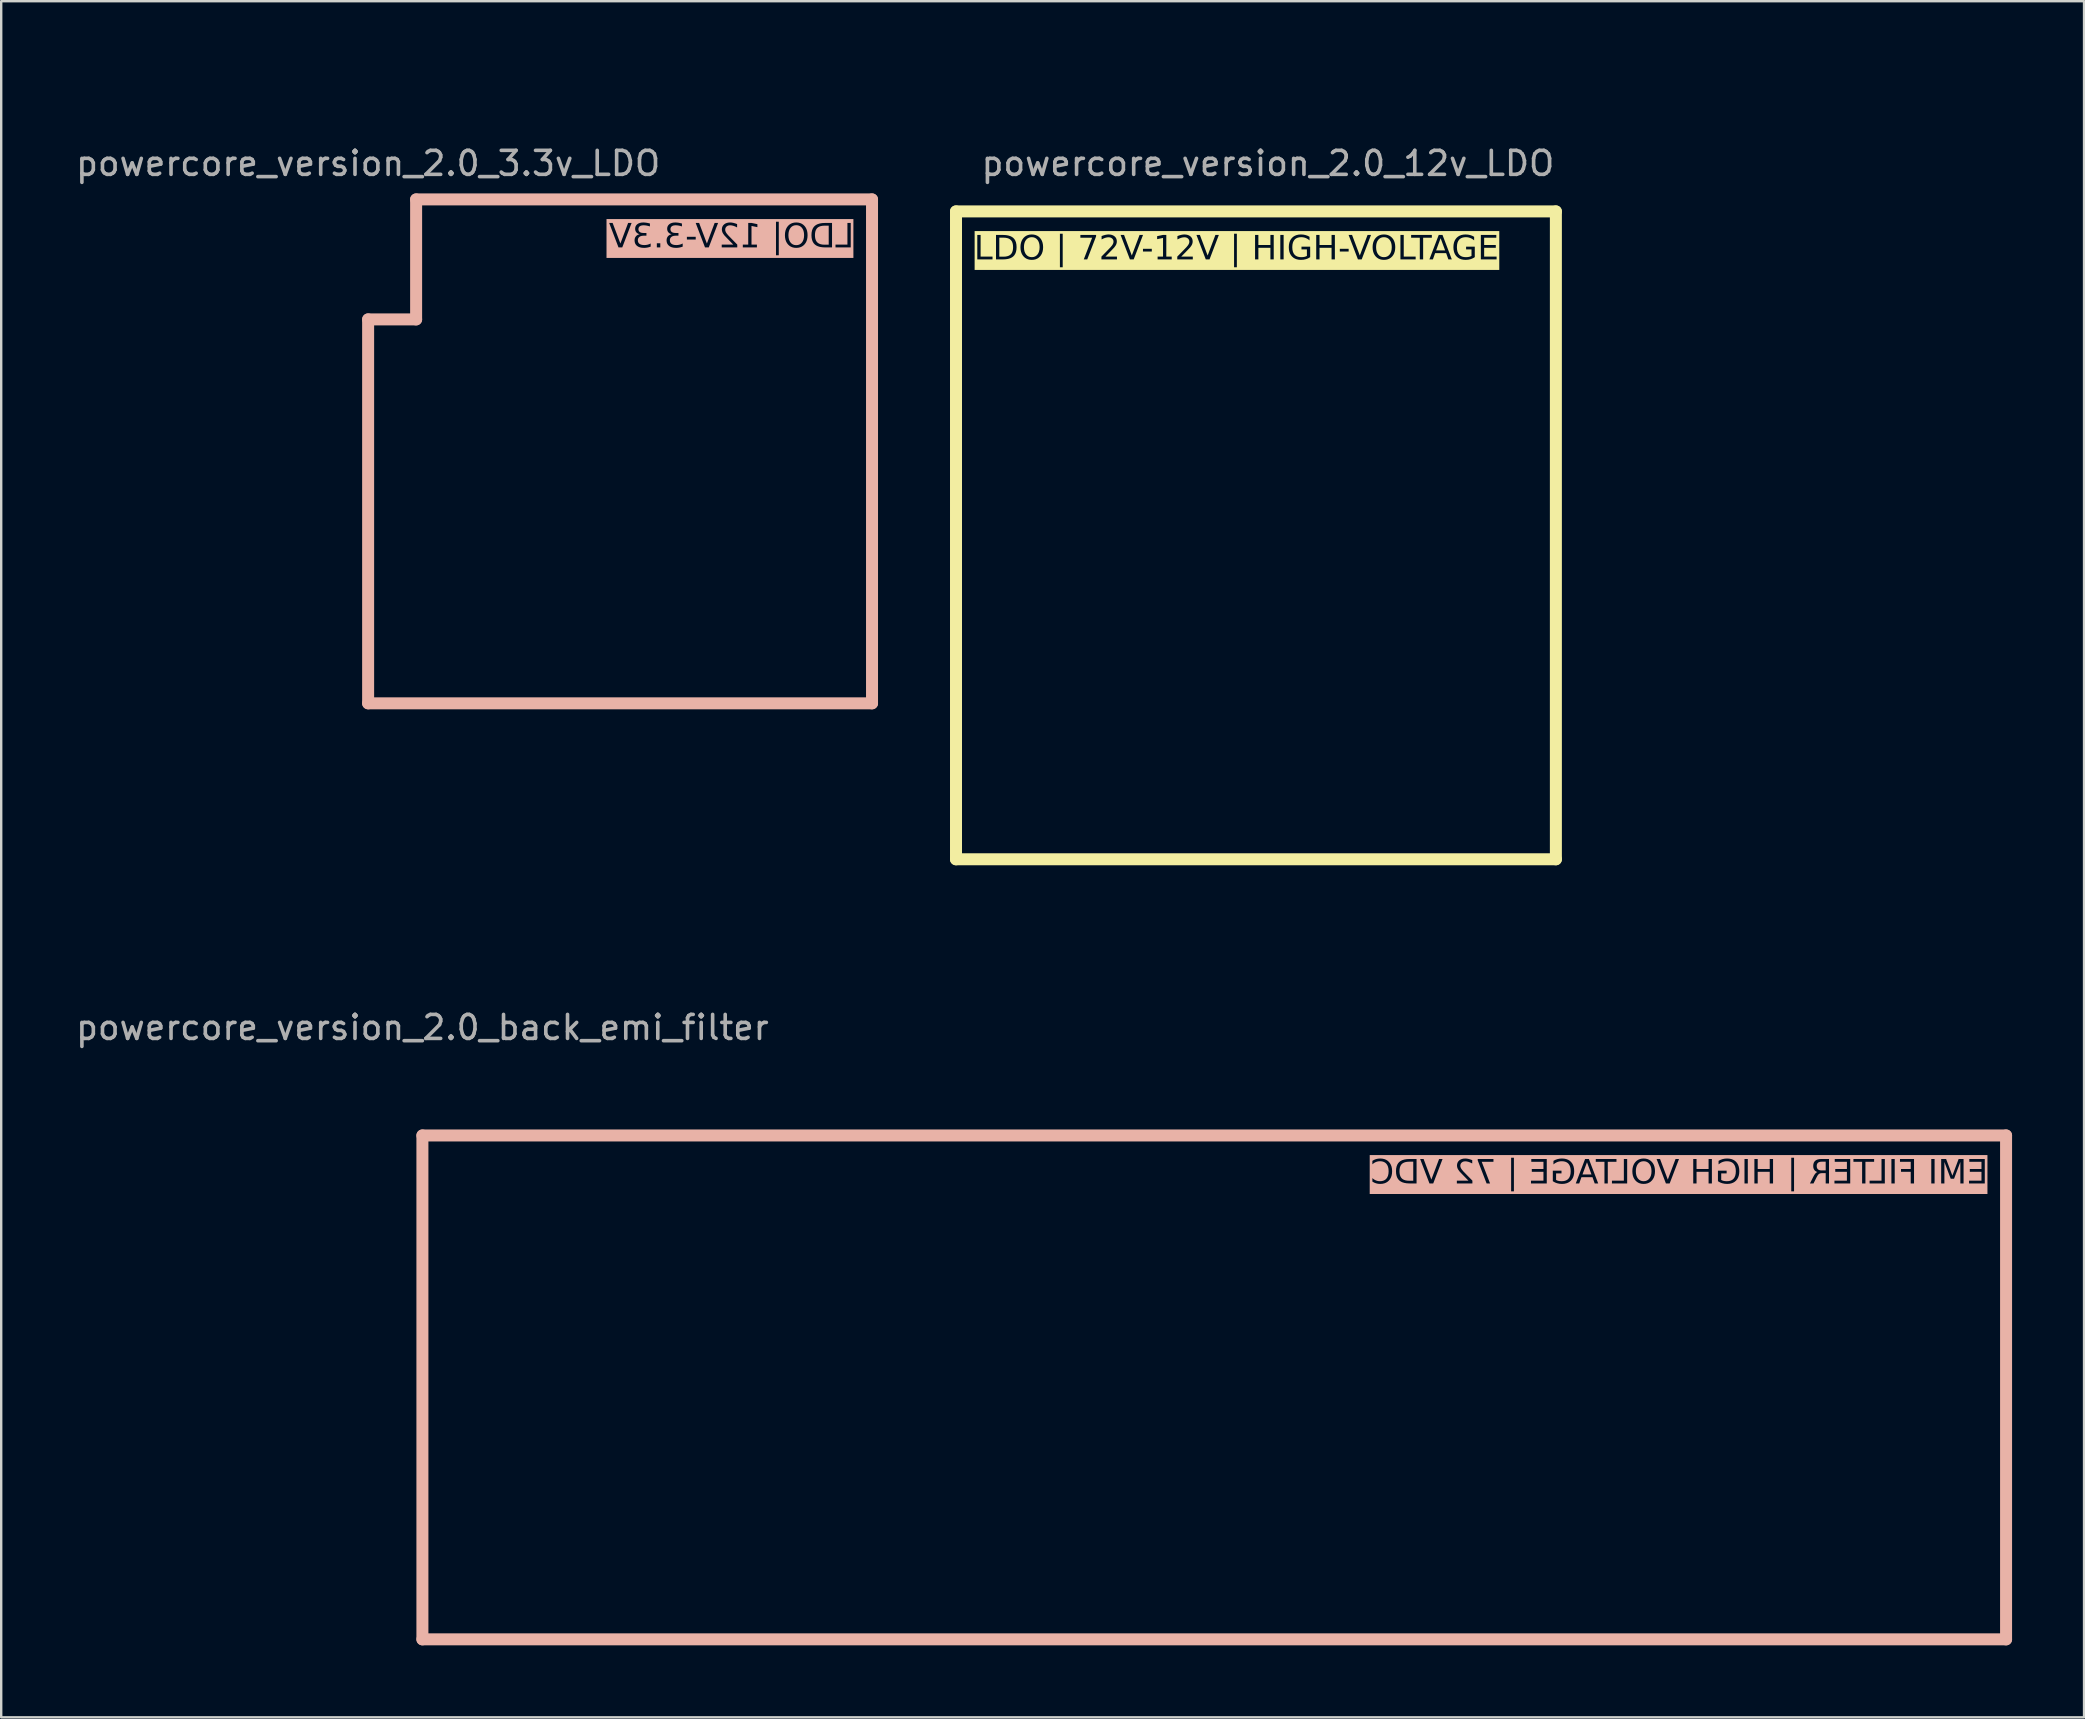
<source format=kicad_pcb>
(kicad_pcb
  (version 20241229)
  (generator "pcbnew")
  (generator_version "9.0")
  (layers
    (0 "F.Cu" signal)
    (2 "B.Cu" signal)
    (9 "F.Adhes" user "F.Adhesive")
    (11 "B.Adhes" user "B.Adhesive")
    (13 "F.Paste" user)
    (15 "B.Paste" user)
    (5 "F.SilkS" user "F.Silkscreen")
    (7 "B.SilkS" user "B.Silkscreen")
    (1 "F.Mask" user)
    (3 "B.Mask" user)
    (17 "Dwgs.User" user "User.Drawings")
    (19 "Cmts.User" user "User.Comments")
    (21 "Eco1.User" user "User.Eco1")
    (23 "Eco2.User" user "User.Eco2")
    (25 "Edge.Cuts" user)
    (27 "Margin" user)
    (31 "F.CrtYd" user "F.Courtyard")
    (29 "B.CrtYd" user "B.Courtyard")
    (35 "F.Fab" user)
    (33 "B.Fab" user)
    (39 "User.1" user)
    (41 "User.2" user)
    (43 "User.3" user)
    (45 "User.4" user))
  (footprint "powercore_version_2.0_3.3v_LDO"
    (layer "F.Cu")
    (at 12.292 26.261)
    (property "Reference" "powercore_version_2.0_3.3v_LDO" (at 0 -25.5 0) (unlocked yes) (layer "User.1") (effects (font (size 1 1) (thickness 0.1))))
    (attr smd)
    (fp_line (start 0 -16) (end 2 -16) (stroke (width 0.5) (type default)) (layer "B.SilkS"))
    (fp_line (start 0 0) (end 0 -16) (stroke (width 0.5) (type default)) (layer "B.SilkS"))
    (fp_line (start 0 0) (end 21 0) (stroke (width 0.5) (type default)) (layer "B.SilkS"))
    (fp_line (start 2 -21) (end 21 -21) (stroke (width 0.5) (type default)) (layer "B.SilkS"))
    (fp_line (start 2 -16) (end 2 -21) (stroke (width 0.5) (type default)) (layer "B.SilkS"))
    (fp_line (start 21 0) (end 21 -21) (stroke (width 0.5) (type default)) (layer "B.SilkS"))
    (fp_text user "LDO| 12V-3.3V" (at 20.25 -20 0) (unlocked yes) (layer "B.SilkS" knockout) (effects (font (face "Bahnschrift") (size 1 1) (thickness 0.1)) (justify left top mirror)))
    (fp_text user "${REFERENCE}" (at 0 -22.5 0) (unlocked yes) (layer "F.Fab") (effects (font (size 1 1) (thickness 0.15)))))
  (footprint "powercore_version_2.0_back_emi_filter"
    (layer "F.Cu")
    (at 14.554 65.271)
    (property "Reference" "powercore_version_2.0_back_emi_filter" (at 0 -28.5 0) (unlocked yes) (layer "User.1") (effects (font (size 1 1) (thickness 0.1))))
    (attr smd)
    (fp_line (start 0 -21) (end 66 -21) (stroke (width 0.5) (type default)) (layer "B.SilkS"))
    (fp_line (start 0 0) (end 0 -21) (stroke (width 0.5) (type default)) (layer "B.SilkS"))
    (fp_line (start 0 0) (end 66 0) (stroke (width 0.5) (type default)) (layer "B.SilkS"))
    (fp_line (start 66 0) (end 66 -21) (stroke (width 0.5) (type default)) (layer "B.SilkS"))
    (fp_text user "EMI FILTER | HIGH VOLTAGE | 72 VDC" (at 65.25 -20 0) (unlocked yes) (layer "B.SilkS" knockout) (effects (font (face "Bahnschrift") (size 1 1) (thickness 0.1)) (justify left top mirror)))
    (fp_text user "${REFERENCE}" (at 0 -25.5 0) (unlocked yes) (layer "F.Fab") (effects (font (size 1 1) (thickness 0.15)))))
  (footprint "powercore_version_2.0_12v_LDO"
    (layer "F.Cu")
    (at 61.792 32.761)
    (property "Reference" "powercore_version_2.0_12v_LDO" (at -12 -32 0) (unlocked yes) (layer "User.1") (effects (font (size 1 1) (thickness 0.1))))
    (attr smd)
    (fp_line (start -25 -27) (end -25 0) (stroke (width 0.5) (type default)) (layer "F.SilkS"))
    (fp_line (start 0 -27) (end -25 -27) (stroke (width 0.5) (type default)) (layer "F.SilkS"))
    (fp_line (start 0 -27) (end 0 0) (stroke (width 0.5) (type default)) (layer "F.SilkS"))
    (fp_line (start 0 0) (end -25 0) (stroke (width 0.5) (type default)) (layer "F.SilkS"))
    (fp_text user "LDO | 72V-12V | HIGH-VOLTAGE" (at -24.25 -26 0) (unlocked yes) (layer "F.SilkS" knockout) (effects (font (face "Bahnschrift") (size 1 1) (thickness 0.1)) (justify left top)))
    (fp_text user "${REFERENCE}" (at -12 -29 0) (unlocked yes) (layer "F.Fab") (effects (font (size 1 1) (thickness 0.15)))))
  (gr_rect
    (start -3 -3)
    (end 83.804 68.521)
    (stroke (width 0.1) (type default))
    (fill no)
    (layer "Edge.Cuts")))
</source>
